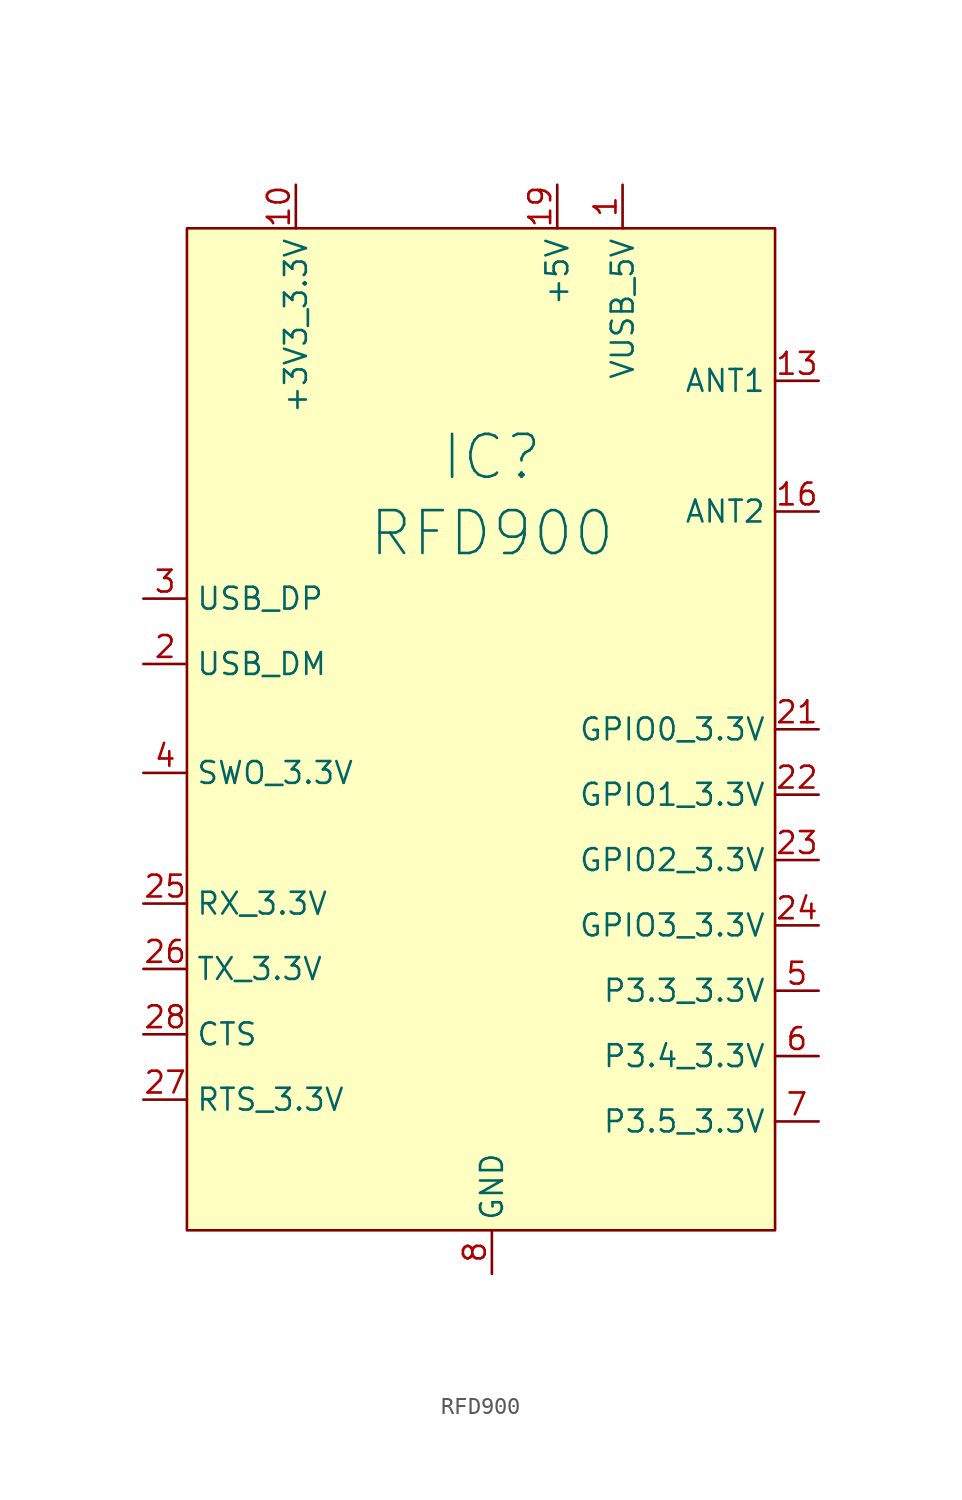
<source format=kicad_sym>
(kicad_symbol_lib
  (version 20211014)
  (generator kicad_symbol_editor)
  (symbol "RFD900"
    (property "Reference" "IC"
      (at 2.54 13.335 0)
      (effects (font (size 2.5 2.5))))
    (property "Value" "RFD900"
      (at 2.54 8.89 0)
      (effects (font (size 2.5 2.5))))
    (symbol "RFD900_0_1"
      (rectangle (start -15.24 26.67) (end 19.05 -31.75) (stroke (width 0) (type default) (color 0 0 0 0)) (fill (type background))))
    (symbol "RFD900_1_1"
      (pin input line (at 10.16 29.21 270) (length 2.54) (name "VUSB_5V" (effects (font (size 1.27 1.27)))) (number "1" (effects (font (size 1.27 1.27)))))
      (pin power_out line (at -8.89 29.21 270) (length 2.54) (name "+3V3_3.3V" (effects (font (size 1.27 1.27)))) (number "10" (effects (font (size 1.27 1.27)))))
      (pin power_in line (at 2.54 -34.29 90) (length 2.54) hide (name "GND" (effects (font (size 1.27 1.27)))) (number "11" (effects (font (size 1.27 1.27)))))
      (pin bidirectional line (at 2.54 -34.29 90) (length 2.54) hide (name "GND" (effects (font (size 1.27 1.27)))) (number "12" (effects (font (size 1.27 1.27)))))
      (pin passive line (at 21.59 17.78 180) (length 2.54) (name "ANT1" (effects (font (size 1.27 1.27)))) (number "13" (effects (font (size 1.27 1.27)))))
      (pin bidirectional line (at 2.54 -34.29 90) (length 2.54) hide (name "GND" (effects (font (size 1.27 1.27)))) (number "14" (effects (font (size 1.27 1.27)))))
      (pin bidirectional line (at 2.54 -34.29 90) (length 2.54) hide (name "GND" (effects (font (size 1.27 1.27)))) (number "15" (effects (font (size 1.27 1.27)))))
      (pin passive line (at 21.59 10.16 180) (length 2.54) (name "ANT2" (effects (font (size 1.27 1.27)))) (number "16" (effects (font (size 1.27 1.27)))))
      (pin bidirectional line (at 2.54 -34.29 90) (length 2.54) hide (name "GND" (effects (font (size 1.27 1.27)))) (number "17" (effects (font (size 1.27 1.27)))))
      (pin power_in line (at 2.54 -34.29 90) (length 2.54) hide (name "GND" (effects (font (size 1.27 1.27)))) (number "18" (effects (font (size 1.27 1.27)))))
      (pin power_in line (at 6.35 29.21 270) (length 2.54) (name "+5V" (effects (font (size 1.27 1.27)))) (number "19" (effects (font (size 1.27 1.27)))))
      (pin input line (at -17.78 1.27 0) (length 2.54) (name "USB_DM" (effects (font (size 1.27 1.27)))) (number "2" (effects (font (size 1.27 1.27)))))
      (pin power_in line (at 2.54 -34.29 90) (length 2.54) hide (name "GND" (effects (font (size 1.27 1.27)))) (number "20" (effects (font (size 1.27 1.27)))))
      (pin bidirectional line (at 21.59 -2.54 180) (length 2.54) (name "GPIO0_3.3V" (effects (font (size 1.27 1.27)))) (number "21" (effects (font (size 1.27 1.27)))))
      (pin bidirectional line (at 21.59 -6.35 180) (length 2.54) (name "GPIO1_3.3V" (effects (font (size 1.27 1.27)))) (number "22" (effects (font (size 1.27 1.27)))))
      (pin bidirectional line (at 21.59 -10.16 180) (length 2.54) (name "GPIO2_3.3V" (effects (font (size 1.27 1.27)))) (number "23" (effects (font (size 1.27 1.27)))))
      (pin bidirectional line (at 21.59 -13.97 180) (length 2.54) (name "GPIO3_3.3V" (effects (font (size 1.27 1.27)))) (number "24" (effects (font (size 1.27 1.27)))))
      (pin input line (at -17.78 -12.7 0) (length 2.54) (name "RX_3.3V" (effects (font (size 1.27 1.27)))) (number "25" (effects (font (size 1.27 1.27)))))
      (pin output line (at -17.78 -16.51 0) (length 2.54) (name "TX_3.3V" (effects (font (size 1.27 1.27)))) (number "26" (effects (font (size 1.27 1.27)))))
      (pin output line (at -17.78 -24.13 0) (length 2.54) (name "RTS_3.3V" (effects (font (size 1.27 1.27)))) (number "27" (effects (font (size 1.27 1.27)))))
      (pin input line (at -17.78 -20.32 0) (length 2.54) (name "CTS" (effects (font (size 1.27 1.27)))) (number "28" (effects (font (size 1.27 1.27)))))
      (pin input line (at -17.78 5.08 0) (length 2.54) (name "USB_DP" (effects (font (size 1.27 1.27)))) (number "3" (effects (font (size 1.27 1.27)))))
      (pin output line (at -17.78 -5.08 0) (length 2.54) (name "SWO_3.3V" (effects (font (size 1.27 1.27)))) (number "4" (effects (font (size 1.27 1.27)))))
      (pin bidirectional line (at 21.59 -17.78 180) (length 2.54) (name "P3.3_3.3V" (effects (font (size 1.27 1.27)))) (number "5" (effects (font (size 1.27 1.27)))))
      (pin bidirectional line (at 21.59 -21.59 180) (length 2.54) (name "P3.4_3.3V" (effects (font (size 1.27 1.27)))) (number "6" (effects (font (size 1.27 1.27)))))
      (pin bidirectional line (at 21.59 -25.4 180) (length 2.54) (name "P3.5_3.3V" (effects (font (size 1.27 1.27)))) (number "7" (effects (font (size 1.27 1.27)))))
      (pin bidirectional line (at 2.54 -34.29 90) (length 2.54) (name "GND" (effects (font (size 1.27 1.27)))) (number "8" (effects (font (size 1.27 1.27)))))
      (pin bidirectional line (at 2.54 -34.29 90) (length 2.54) hide (name "GND" (effects (font (size 1.27 1.27)))) (number "9" (effects (font (size 1.27 1.27))))))))
</source>
